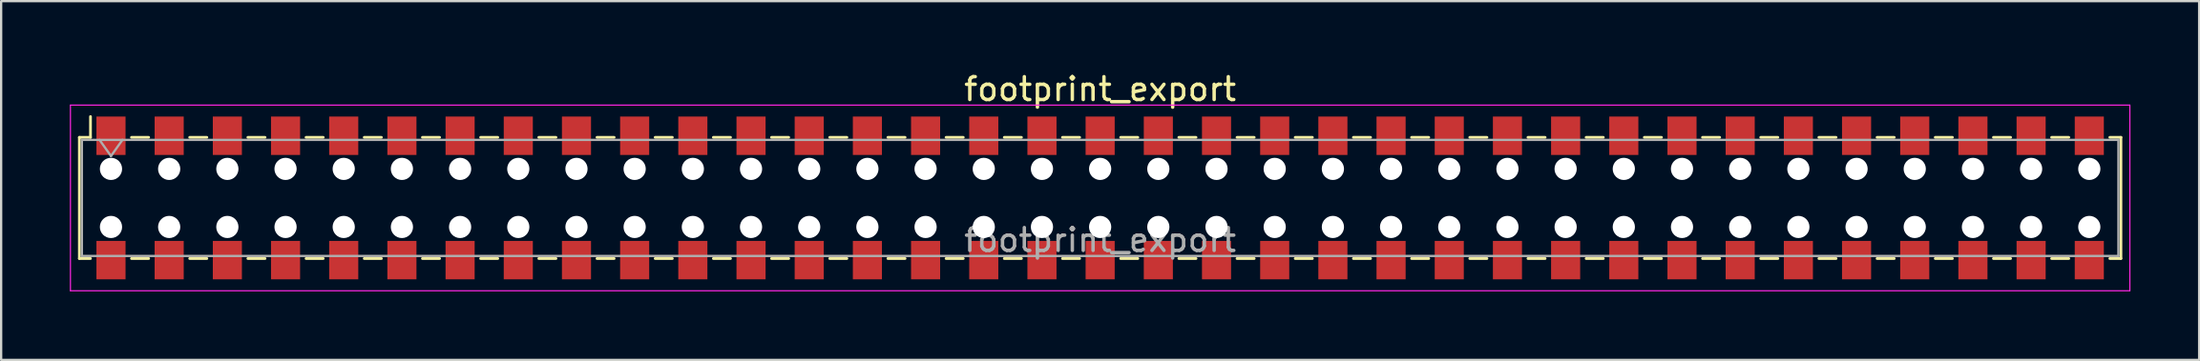
<source format=kicad_pcb>
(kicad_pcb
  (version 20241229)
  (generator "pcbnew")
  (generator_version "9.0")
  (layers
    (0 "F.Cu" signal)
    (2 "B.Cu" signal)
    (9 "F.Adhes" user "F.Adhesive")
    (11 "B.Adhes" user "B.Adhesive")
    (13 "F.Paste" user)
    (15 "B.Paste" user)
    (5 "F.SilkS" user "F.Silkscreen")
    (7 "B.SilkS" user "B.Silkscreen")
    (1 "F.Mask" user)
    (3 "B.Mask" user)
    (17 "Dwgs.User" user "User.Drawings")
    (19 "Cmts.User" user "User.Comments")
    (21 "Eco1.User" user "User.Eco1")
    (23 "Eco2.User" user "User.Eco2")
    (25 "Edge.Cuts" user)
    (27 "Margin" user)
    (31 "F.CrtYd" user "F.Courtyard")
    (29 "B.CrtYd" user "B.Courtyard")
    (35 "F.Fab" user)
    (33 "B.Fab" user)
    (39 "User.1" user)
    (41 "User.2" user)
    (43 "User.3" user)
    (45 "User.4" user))
  (footprint "footprint_export"
    (layer "F.Cu")
    (at 44.975 5.608)
    (property "Reference" "footprint_export" (at 0 -4.76 0) (layer "F.SilkS") (effects (font (size 1 1) (thickness 0.15))))
    (attr smd)
    (fp_line (start -44.56 -2.65) (end -44.56 2.65) (stroke (width 0.12) (type solid)) (layer "F.SilkS"))
    (fp_line (start -44.56 2.65) (end -44.075 2.65) (stroke (width 0.12) (type solid)) (layer "F.SilkS"))
    (fp_line (start -44.075 -3.56) (end -44.075 -2.65) (stroke (width 0.12) (type solid)) (layer "F.SilkS"))
    (fp_line (start -44.075 -2.65) (end -44.56 -2.65) (stroke (width 0.12) (type solid)) (layer "F.SilkS"))
    (fp_line (start -42.285 -2.65) (end -41.535 -2.65) (stroke (width 0.12) (type solid)) (layer "F.SilkS"))
    (fp_line (start -42.285 2.65) (end -41.535 2.65) (stroke (width 0.12) (type solid)) (layer "F.SilkS"))
    (fp_line (start -39.745 -2.65) (end -38.995 -2.65) (stroke (width 0.12) (type solid)) (layer "F.SilkS"))
    (fp_line (start -39.745 2.65) (end -38.995 2.65) (stroke (width 0.12) (type solid)) (layer "F.SilkS"))
    (fp_line (start -37.205 -2.65) (end -36.455 -2.65) (stroke (width 0.12) (type solid)) (layer "F.SilkS"))
    (fp_line (start -37.205 2.65) (end -36.455 2.65) (stroke (width 0.12) (type solid)) (layer "F.SilkS"))
    (fp_line (start -34.665 -2.65) (end -33.915 -2.65) (stroke (width 0.12) (type solid)) (layer "F.SilkS"))
    (fp_line (start -34.665 2.65) (end -33.915 2.65) (stroke (width 0.12) (type solid)) (layer "F.SilkS"))
    (fp_line (start -32.125 -2.65) (end -31.375 -2.65) (stroke (width 0.12) (type solid)) (layer "F.SilkS"))
    (fp_line (start -32.125 2.65) (end -31.375 2.65) (stroke (width 0.12) (type solid)) (layer "F.SilkS"))
    (fp_line (start -29.585 -2.65) (end -28.835 -2.65) (stroke (width 0.12) (type solid)) (layer "F.SilkS"))
    (fp_line (start -29.585 2.65) (end -28.835 2.65) (stroke (width 0.12) (type solid)) (layer "F.SilkS"))
    (fp_line (start -27.045 -2.65) (end -26.295 -2.65) (stroke (width 0.12) (type solid)) (layer "F.SilkS"))
    (fp_line (start -27.045 2.65) (end -26.295 2.65) (stroke (width 0.12) (type solid)) (layer "F.SilkS"))
    (fp_line (start -24.505 -2.65) (end -23.755 -2.65) (stroke (width 0.12) (type solid)) (layer "F.SilkS"))
    (fp_line (start -24.505 2.65) (end -23.755 2.65) (stroke (width 0.12) (type solid)) (layer "F.SilkS"))
    (fp_line (start -21.965 -2.65) (end -21.215 -2.65) (stroke (width 0.12) (type solid)) (layer "F.SilkS"))
    (fp_line (start -21.965 2.65) (end -21.215 2.65) (stroke (width 0.12) (type solid)) (layer "F.SilkS"))
    (fp_line (start -19.425 -2.65) (end -18.675 -2.65) (stroke (width 0.12) (type solid)) (layer "F.SilkS"))
    (fp_line (start -19.425 2.65) (end -18.675 2.65) (stroke (width 0.12) (type solid)) (layer "F.SilkS"))
    (fp_line (start -16.885 -2.65) (end -16.135 -2.65) (stroke (width 0.12) (type solid)) (layer "F.SilkS"))
    (fp_line (start -16.885 2.65) (end -16.135 2.65) (stroke (width 0.12) (type solid)) (layer "F.SilkS"))
    (fp_line (start -14.345 -2.65) (end -13.595 -2.65) (stroke (width 0.12) (type solid)) (layer "F.SilkS"))
    (fp_line (start -14.345 2.65) (end -13.595 2.65) (stroke (width 0.12) (type solid)) (layer "F.SilkS"))
    (fp_line (start -11.805 -2.65) (end -11.055 -2.65) (stroke (width 0.12) (type solid)) (layer "F.SilkS"))
    (fp_line (start -11.805 2.65) (end -11.055 2.65) (stroke (width 0.12) (type solid)) (layer "F.SilkS"))
    (fp_line (start -9.265 -2.65) (end -8.515 -2.65) (stroke (width 0.12) (type solid)) (layer "F.SilkS"))
    (fp_line (start -9.265 2.65) (end -8.515 2.65) (stroke (width 0.12) (type solid)) (layer "F.SilkS"))
    (fp_line (start -6.725 -2.65) (end -5.975 -2.65) (stroke (width 0.12) (type solid)) (layer "F.SilkS"))
    (fp_line (start -6.725 2.65) (end -5.975 2.65) (stroke (width 0.12) (type solid)) (layer "F.SilkS"))
    (fp_line (start -4.185 -2.65) (end -3.435 -2.65) (stroke (width 0.12) (type solid)) (layer "F.SilkS"))
    (fp_line (start -4.185 2.65) (end -3.435 2.65) (stroke (width 0.12) (type solid)) (layer "F.SilkS"))
    (fp_line (start -1.645 -2.65) (end -0.895 -2.65) (stroke (width 0.12) (type solid)) (layer "F.SilkS"))
    (fp_line (start -1.645 2.65) (end -0.895 2.65) (stroke (width 0.12) (type solid)) (layer "F.SilkS"))
    (fp_line (start 0.895 -2.65) (end 1.645 -2.65) (stroke (width 0.12) (type solid)) (layer "F.SilkS"))
    (fp_line (start 0.895 2.65) (end 1.645 2.65) (stroke (width 0.12) (type solid)) (layer "F.SilkS"))
    (fp_line (start 3.435 -2.65) (end 4.185 -2.65) (stroke (width 0.12) (type solid)) (layer "F.SilkS"))
    (fp_line (start 3.435 2.65) (end 4.185 2.65) (stroke (width 0.12) (type solid)) (layer "F.SilkS"))
    (fp_line (start 5.975 -2.65) (end 6.725 -2.65) (stroke (width 0.12) (type solid)) (layer "F.SilkS"))
    (fp_line (start 5.975 2.65) (end 6.725 2.65) (stroke (width 0.12) (type solid)) (layer "F.SilkS"))
    (fp_line (start 8.515 -2.65) (end 9.265 -2.65) (stroke (width 0.12) (type solid)) (layer "F.SilkS"))
    (fp_line (start 8.515 2.65) (end 9.265 2.65) (stroke (width 0.12) (type solid)) (layer "F.SilkS"))
    (fp_line (start 11.055 -2.65) (end 11.805 -2.65) (stroke (width 0.12) (type solid)) (layer "F.SilkS"))
    (fp_line (start 11.055 2.65) (end 11.805 2.65) (stroke (width 0.12) (type solid)) (layer "F.SilkS"))
    (fp_line (start 13.595 -2.65) (end 14.345 -2.65) (stroke (width 0.12) (type solid)) (layer "F.SilkS"))
    (fp_line (start 13.595 2.65) (end 14.345 2.65) (stroke (width 0.12) (type solid)) (layer "F.SilkS"))
    (fp_line (start 16.135 -2.65) (end 16.885 -2.65) (stroke (width 0.12) (type solid)) (layer "F.SilkS"))
    (fp_line (start 16.135 2.65) (end 16.885 2.65) (stroke (width 0.12) (type solid)) (layer "F.SilkS"))
    (fp_line (start 18.675 -2.65) (end 19.425 -2.65) (stroke (width 0.12) (type solid)) (layer "F.SilkS"))
    (fp_line (start 18.675 2.65) (end 19.425 2.65) (stroke (width 0.12) (type solid)) (layer "F.SilkS"))
    (fp_line (start 21.215 -2.65) (end 21.965 -2.65) (stroke (width 0.12) (type solid)) (layer "F.SilkS"))
    (fp_line (start 21.215 2.65) (end 21.965 2.65) (stroke (width 0.12) (type solid)) (layer "F.SilkS"))
    (fp_line (start 23.755 -2.65) (end 24.505 -2.65) (stroke (width 0.12) (type solid)) (layer "F.SilkS"))
    (fp_line (start 23.755 2.65) (end 24.505 2.65) (stroke (width 0.12) (type solid)) (layer "F.SilkS"))
    (fp_line (start 26.295 -2.65) (end 27.045 -2.65) (stroke (width 0.12) (type solid)) (layer "F.SilkS"))
    (fp_line (start 26.295 2.65) (end 27.045 2.65) (stroke (width 0.12) (type solid)) (layer "F.SilkS"))
    (fp_line (start 28.835 -2.65) (end 29.585 -2.65) (stroke (width 0.12) (type solid)) (layer "F.SilkS"))
    (fp_line (start 28.835 2.65) (end 29.585 2.65) (stroke (width 0.12) (type solid)) (layer "F.SilkS"))
    (fp_line (start 31.375 -2.65) (end 32.125 -2.65) (stroke (width 0.12) (type solid)) (layer "F.SilkS"))
    (fp_line (start 31.375 2.65) (end 32.125 2.65) (stroke (width 0.12) (type solid)) (layer "F.SilkS"))
    (fp_line (start 33.915 -2.65) (end 34.665 -2.65) (stroke (width 0.12) (type solid)) (layer "F.SilkS"))
    (fp_line (start 33.915 2.65) (end 34.665 2.65) (stroke (width 0.12) (type solid)) (layer "F.SilkS"))
    (fp_line (start 36.455 -2.65) (end 37.205 -2.65) (stroke (width 0.12) (type solid)) (layer "F.SilkS"))
    (fp_line (start 36.455 2.65) (end 37.205 2.65) (stroke (width 0.12) (type solid)) (layer "F.SilkS"))
    (fp_line (start 38.995 -2.65) (end 39.745 -2.65) (stroke (width 0.12) (type solid)) (layer "F.SilkS"))
    (fp_line (start 38.995 2.65) (end 39.745 2.65) (stroke (width 0.12) (type solid)) (layer "F.SilkS"))
    (fp_line (start 41.535 -2.65) (end 42.285 -2.65) (stroke (width 0.12) (type solid)) (layer "F.SilkS"))
    (fp_line (start 41.535 2.65) (end 42.285 2.65) (stroke (width 0.12) (type solid)) (layer "F.SilkS"))
    (fp_line (start 44.075 -2.65) (end 44.56 -2.65) (stroke (width 0.12) (type solid)) (layer "F.SilkS"))
    (fp_line (start 44.56 -2.65) (end 44.56 2.65) (stroke (width 0.12) (type solid)) (layer "F.SilkS"))
    (fp_line (start 44.56 2.65) (end 44.075 2.65) (stroke (width 0.12) (type solid)) (layer "F.SilkS"))
    (fp_line (start -44.95 -4.06) (end 44.95 -4.06) (stroke (width 0.05) (type solid)) (layer "F.CrtYd"))
    (fp_line (start -44.95 4.06) (end -44.95 -4.06) (stroke (width 0.05) (type solid)) (layer "F.CrtYd"))
    (fp_line (start 44.95 -4.06) (end 44.95 4.06) (stroke (width 0.05) (type solid)) (layer "F.CrtYd"))
    (fp_line (start 44.95 4.06) (end -44.95 4.06) (stroke (width 0.05) (type solid)) (layer "F.CrtYd"))
    (fp_line (start -44.45 -2.54) (end 44.45 -2.54) (stroke (width 0.1) (type solid)) (layer "F.Fab"))
    (fp_line (start -44.45 2.54) (end -44.45 -2.54) (stroke (width 0.1) (type solid)) (layer "F.Fab"))
    (fp_line (start -43.68 -2.54) (end -43.18 -1.833) (stroke (width 0.1) (type solid)) (layer "F.Fab"))
    (fp_line (start -43.18 -1.833) (end -42.68 -2.54) (stroke (width 0.1) (type solid)) (layer "F.Fab"))
    (fp_line (start 44.45 -2.54) (end 44.45 2.54) (stroke (width 0.1) (type solid)) (layer "F.Fab"))
    (fp_line (start 44.45 2.54) (end -44.45 2.54) (stroke (width 0.1) (type solid)) (layer "F.Fab"))
    (fp_text user "${REFERENCE}" (at 0 1.84 0) (layer "F.Fab") (effects (font (size 1 1) (thickness 0.15))))
    (pad "" np_thru_hole circle (at -43.18 -1.27) (size 0.97 0.97) (drill 0.97) (layers "*.Cu" "*.Mask"))
    (pad "" np_thru_hole circle (at -43.18 1.27) (size 0.97 0.97) (drill 0.97) (layers "*.Cu" "*.Mask"))
    (pad "" np_thru_hole circle (at -40.64 -1.27) (size 0.97 0.97) (drill 0.97) (layers "*.Cu" "*.Mask"))
    (pad "" np_thru_hole circle (at -40.64 1.27) (size 0.97 0.97) (drill 0.97) (layers "*.Cu" "*.Mask"))
    (pad "" np_thru_hole circle (at -38.1 -1.27) (size 0.97 0.97) (drill 0.97) (layers "*.Cu" "*.Mask"))
    (pad "" np_thru_hole circle (at -38.1 1.27) (size 0.97 0.97) (drill 0.97) (layers "*.Cu" "*.Mask"))
    (pad "" np_thru_hole circle (at -35.56 -1.27) (size 0.97 0.97) (drill 0.97) (layers "*.Cu" "*.Mask"))
    (pad "" np_thru_hole circle (at -35.56 1.27) (size 0.97 0.97) (drill 0.97) (layers "*.Cu" "*.Mask"))
    (pad "" np_thru_hole circle (at -33.02 -1.27) (size 0.97 0.97) (drill 0.97) (layers "*.Cu" "*.Mask"))
    (pad "" np_thru_hole circle (at -33.02 1.27) (size 0.97 0.97) (drill 0.97) (layers "*.Cu" "*.Mask"))
    (pad "" np_thru_hole circle (at -30.48 -1.27) (size 0.97 0.97) (drill 0.97) (layers "*.Cu" "*.Mask"))
    (pad "" np_thru_hole circle (at -30.48 1.27) (size 0.97 0.97) (drill 0.97) (layers "*.Cu" "*.Mask"))
    (pad "" np_thru_hole circle (at -27.94 -1.27) (size 0.97 0.97) (drill 0.97) (layers "*.Cu" "*.Mask"))
    (pad "" np_thru_hole circle (at -27.94 1.27) (size 0.97 0.97) (drill 0.97) (layers "*.Cu" "*.Mask"))
    (pad "" np_thru_hole circle (at -25.4 -1.27) (size 0.97 0.97) (drill 0.97) (layers "*.Cu" "*.Mask"))
    (pad "" np_thru_hole circle (at -25.4 1.27) (size 0.97 0.97) (drill 0.97) (layers "*.Cu" "*.Mask"))
    (pad "" np_thru_hole circle (at -22.86 -1.27) (size 0.97 0.97) (drill 0.97) (layers "*.Cu" "*.Mask"))
    (pad "" np_thru_hole circle (at -22.86 1.27) (size 0.97 0.97) (drill 0.97) (layers "*.Cu" "*.Mask"))
    (pad "" np_thru_hole circle (at -20.32 -1.27) (size 0.97 0.97) (drill 0.97) (layers "*.Cu" "*.Mask"))
    (pad "" np_thru_hole circle (at -20.32 1.27) (size 0.97 0.97) (drill 0.97) (layers "*.Cu" "*.Mask"))
    (pad "" np_thru_hole circle (at -17.78 -1.27) (size 0.97 0.97) (drill 0.97) (layers "*.Cu" "*.Mask"))
    (pad "" np_thru_hole circle (at -17.78 1.27) (size 0.97 0.97) (drill 0.97) (layers "*.Cu" "*.Mask"))
    (pad "" np_thru_hole circle (at -15.24 -1.27) (size 0.97 0.97) (drill 0.97) (layers "*.Cu" "*.Mask"))
    (pad "" np_thru_hole circle (at -15.24 1.27) (size 0.97 0.97) (drill 0.97) (layers "*.Cu" "*.Mask"))
    (pad "" np_thru_hole circle (at -12.7 -1.27) (size 0.97 0.97) (drill 0.97) (layers "*.Cu" "*.Mask"))
    (pad "" np_thru_hole circle (at -12.7 1.27) (size 0.97 0.97) (drill 0.97) (layers "*.Cu" "*.Mask"))
    (pad "" np_thru_hole circle (at -10.16 -1.27) (size 0.97 0.97) (drill 0.97) (layers "*.Cu" "*.Mask"))
    (pad "" np_thru_hole circle (at -10.16 1.27) (size 0.97 0.97) (drill 0.97) (layers "*.Cu" "*.Mask"))
    (pad "" np_thru_hole circle (at -7.62 -1.27) (size 0.97 0.97) (drill 0.97) (layers "*.Cu" "*.Mask"))
    (pad "" np_thru_hole circle (at -7.62 1.27) (size 0.97 0.97) (drill 0.97) (layers "*.Cu" "*.Mask"))
    (pad "" np_thru_hole circle (at -5.08 -1.27) (size 0.97 0.97) (drill 0.97) (layers "*.Cu" "*.Mask"))
    (pad "" np_thru_hole circle (at -5.08 1.27) (size 0.97 0.97) (drill 0.97) (layers "*.Cu" "*.Mask"))
    (pad "" np_thru_hole circle (at -2.54 -1.27) (size 0.97 0.97) (drill 0.97) (layers "*.Cu" "*.Mask"))
    (pad "" np_thru_hole circle (at -2.54 1.27) (size 0.97 0.97) (drill 0.97) (layers "*.Cu" "*.Mask"))
    (pad "" np_thru_hole circle (at 0 -1.27) (size 0.97 0.97) (drill 0.97) (layers "*.Cu" "*.Mask"))
    (pad "" np_thru_hole circle (at 0 1.27) (size 0.97 0.97) (drill 0.97) (layers "*.Cu" "*.Mask"))
    (pad "" np_thru_hole circle (at 2.54 -1.27) (size 0.97 0.97) (drill 0.97) (layers "*.Cu" "*.Mask"))
    (pad "" np_thru_hole circle (at 2.54 1.27) (size 0.97 0.97) (drill 0.97) (layers "*.Cu" "*.Mask"))
    (pad "" np_thru_hole circle (at 5.08 -1.27) (size 0.97 0.97) (drill 0.97) (layers "*.Cu" "*.Mask"))
    (pad "" np_thru_hole circle (at 5.08 1.27) (size 0.97 0.97) (drill 0.97) (layers "*.Cu" "*.Mask"))
    (pad "" np_thru_hole circle (at 7.62 -1.27) (size 0.97 0.97) (drill 0.97) (layers "*.Cu" "*.Mask"))
    (pad "" np_thru_hole circle (at 7.62 1.27) (size 0.97 0.97) (drill 0.97) (layers "*.Cu" "*.Mask"))
    (pad "" np_thru_hole circle (at 10.16 -1.27) (size 0.97 0.97) (drill 0.97) (layers "*.Cu" "*.Mask"))
    (pad "" np_thru_hole circle (at 10.16 1.27) (size 0.97 0.97) (drill 0.97) (layers "*.Cu" "*.Mask"))
    (pad "" np_thru_hole circle (at 12.7 -1.27) (size 0.97 0.97) (drill 0.97) (layers "*.Cu" "*.Mask"))
    (pad "" np_thru_hole circle (at 12.7 1.27) (size 0.97 0.97) (drill 0.97) (layers "*.Cu" "*.Mask"))
    (pad "" np_thru_hole circle (at 15.24 -1.27) (size 0.97 0.97) (drill 0.97) (layers "*.Cu" "*.Mask"))
    (pad "" np_thru_hole circle (at 15.24 1.27) (size 0.97 0.97) (drill 0.97) (layers "*.Cu" "*.Mask"))
    (pad "" np_thru_hole circle (at 17.78 -1.27) (size 0.97 0.97) (drill 0.97) (layers "*.Cu" "*.Mask"))
    (pad "" np_thru_hole circle (at 17.78 1.27) (size 0.97 0.97) (drill 0.97) (layers "*.Cu" "*.Mask"))
    (pad "" np_thru_hole circle (at 20.32 -1.27) (size 0.97 0.97) (drill 0.97) (layers "*.Cu" "*.Mask"))
    (pad "" np_thru_hole circle (at 20.32 1.27) (size 0.97 0.97) (drill 0.97) (layers "*.Cu" "*.Mask"))
    (pad "" np_thru_hole circle (at 22.86 -1.27) (size 0.97 0.97) (drill 0.97) (layers "*.Cu" "*.Mask"))
    (pad "" np_thru_hole circle (at 22.86 1.27) (size 0.97 0.97) (drill 0.97) (layers "*.Cu" "*.Mask"))
    (pad "" np_thru_hole circle (at 25.4 -1.27) (size 0.97 0.97) (drill 0.97) (layers "*.Cu" "*.Mask"))
    (pad "" np_thru_hole circle (at 25.4 1.27) (size 0.97 0.97) (drill 0.97) (layers "*.Cu" "*.Mask"))
    (pad "" np_thru_hole circle (at 27.94 -1.27) (size 0.97 0.97) (drill 0.97) (layers "*.Cu" "*.Mask"))
    (pad "" np_thru_hole circle (at 27.94 1.27) (size 0.97 0.97) (drill 0.97) (layers "*.Cu" "*.Mask"))
    (pad "" np_thru_hole circle (at 30.48 -1.27) (size 0.97 0.97) (drill 0.97) (layers "*.Cu" "*.Mask"))
    (pad "" np_thru_hole circle (at 30.48 1.27) (size 0.97 0.97) (drill 0.97) (layers "*.Cu" "*.Mask"))
    (pad "" np_thru_hole circle (at 33.02 -1.27) (size 0.97 0.97) (drill 0.97) (layers "*.Cu" "*.Mask"))
    (pad "" np_thru_hole circle (at 33.02 1.27) (size 0.97 0.97) (drill 0.97) (layers "*.Cu" "*.Mask"))
    (pad "" np_thru_hole circle (at 35.56 -1.27) (size 0.97 0.97) (drill 0.97) (layers "*.Cu" "*.Mask"))
    (pad "" np_thru_hole circle (at 35.56 1.27) (size 0.97 0.97) (drill 0.97) (layers "*.Cu" "*.Mask"))
    (pad "" np_thru_hole circle (at 38.1 -1.27) (size 0.97 0.97) (drill 0.97) (layers "*.Cu" "*.Mask"))
    (pad "" np_thru_hole circle (at 38.1 1.27) (size 0.97 0.97) (drill 0.97) (layers "*.Cu" "*.Mask"))
    (pad "" np_thru_hole circle (at 40.64 -1.27) (size 0.97 0.97) (drill 0.97) (layers "*.Cu" "*.Mask"))
    (pad "" np_thru_hole circle (at 40.64 1.27) (size 0.97 0.97) (drill 0.97) (layers "*.Cu" "*.Mask"))
    (pad "" np_thru_hole circle (at 43.18 -1.27) (size 0.97 0.97) (drill 0.97) (layers "*.Cu" "*.Mask"))
    (pad "" np_thru_hole circle (at 43.18 1.27) (size 0.97 0.97) (drill 0.97) (layers "*.Cu" "*.Mask"))
    (pad "1" smd rect (at -43.18 -2.72) (size 1.27 1.68) (layers "F.Cu" "F.Mask" "F.Paste"))
    (pad "2" smd rect (at -43.18 2.72) (size 1.27 1.68) (layers "F.Cu" "F.Mask" "F.Paste"))
    (pad "3" smd rect (at -40.64 -2.72) (size 1.27 1.68) (layers "F.Cu" "F.Mask" "F.Paste"))
    (pad "4" smd rect (at -40.64 2.72) (size 1.27 1.68) (layers "F.Cu" "F.Mask" "F.Paste"))
    (pad "5" smd rect (at -38.1 -2.72) (size 1.27 1.68) (layers "F.Cu" "F.Mask" "F.Paste"))
    (pad "6" smd rect (at -38.1 2.72) (size 1.27 1.68) (layers "F.Cu" "F.Mask" "F.Paste"))
    (pad "7" smd rect (at -35.56 -2.72) (size 1.27 1.68) (layers "F.Cu" "F.Mask" "F.Paste"))
    (pad "8" smd rect (at -35.56 2.72) (size 1.27 1.68) (layers "F.Cu" "F.Mask" "F.Paste"))
    (pad "9" smd rect (at -33.02 -2.72) (size 1.27 1.68) (layers "F.Cu" "F.Mask" "F.Paste"))
    (pad "10" smd rect (at -33.02 2.72) (size 1.27 1.68) (layers "F.Cu" "F.Mask" "F.Paste"))
    (pad "11" smd rect (at -30.48 -2.72) (size 1.27 1.68) (layers "F.Cu" "F.Mask" "F.Paste"))
    (pad "12" smd rect (at -30.48 2.72) (size 1.27 1.68) (layers "F.Cu" "F.Mask" "F.Paste"))
    (pad "13" smd rect (at -27.94 -2.72) (size 1.27 1.68) (layers "F.Cu" "F.Mask" "F.Paste"))
    (pad "14" smd rect (at -27.94 2.72) (size 1.27 1.68) (layers "F.Cu" "F.Mask" "F.Paste"))
    (pad "15" smd rect (at -25.4 -2.72) (size 1.27 1.68) (layers "F.Cu" "F.Mask" "F.Paste"))
    (pad "16" smd rect (at -25.4 2.72) (size 1.27 1.68) (layers "F.Cu" "F.Mask" "F.Paste"))
    (pad "17" smd rect (at -22.86 -2.72) (size 1.27 1.68) (layers "F.Cu" "F.Mask" "F.Paste"))
    (pad "18" smd rect (at -22.86 2.72) (size 1.27 1.68) (layers "F.Cu" "F.Mask" "F.Paste"))
    (pad "19" smd rect (at -20.32 -2.72) (size 1.27 1.68) (layers "F.Cu" "F.Mask" "F.Paste"))
    (pad "20" smd rect (at -20.32 2.72) (size 1.27 1.68) (layers "F.Cu" "F.Mask" "F.Paste"))
    (pad "21" smd rect (at -17.78 -2.72) (size 1.27 1.68) (layers "F.Cu" "F.Mask" "F.Paste"))
    (pad "22" smd rect (at -17.78 2.72) (size 1.27 1.68) (layers "F.Cu" "F.Mask" "F.Paste"))
    (pad "23" smd rect (at -15.24 -2.72) (size 1.27 1.68) (layers "F.Cu" "F.Mask" "F.Paste"))
    (pad "24" smd rect (at -15.24 2.72) (size 1.27 1.68) (layers "F.Cu" "F.Mask" "F.Paste"))
    (pad "25" smd rect (at -12.7 -2.72) (size 1.27 1.68) (layers "F.Cu" "F.Mask" "F.Paste"))
    (pad "26" smd rect (at -12.7 2.72) (size 1.27 1.68) (layers "F.Cu" "F.Mask" "F.Paste"))
    (pad "27" smd rect (at -10.16 -2.72) (size 1.27 1.68) (layers "F.Cu" "F.Mask" "F.Paste"))
    (pad "28" smd rect (at -10.16 2.72) (size 1.27 1.68) (layers "F.Cu" "F.Mask" "F.Paste"))
    (pad "29" smd rect (at -7.62 -2.72) (size 1.27 1.68) (layers "F.Cu" "F.Mask" "F.Paste"))
    (pad "30" smd rect (at -7.62 2.72) (size 1.27 1.68) (layers "F.Cu" "F.Mask" "F.Paste"))
    (pad "31" smd rect (at -5.08 -2.72) (size 1.27 1.68) (layers "F.Cu" "F.Mask" "F.Paste"))
    (pad "32" smd rect (at -5.08 2.72) (size 1.27 1.68) (layers "F.Cu" "F.Mask" "F.Paste"))
    (pad "33" smd rect (at -2.54 -2.72) (size 1.27 1.68) (layers "F.Cu" "F.Mask" "F.Paste"))
    (pad "34" smd rect (at -2.54 2.72) (size 1.27 1.68) (layers "F.Cu" "F.Mask" "F.Paste"))
    (pad "35" smd rect (at 0 -2.72) (size 1.27 1.68) (layers "F.Cu" "F.Mask" "F.Paste"))
    (pad "36" smd rect (at 0 2.72) (size 1.27 1.68) (layers "F.Cu" "F.Mask" "F.Paste"))
    (pad "37" smd rect (at 2.54 -2.72) (size 1.27 1.68) (layers "F.Cu" "F.Mask" "F.Paste"))
    (pad "38" smd rect (at 2.54 2.72) (size 1.27 1.68) (layers "F.Cu" "F.Mask" "F.Paste"))
    (pad "39" smd rect (at 5.08 -2.72) (size 1.27 1.68) (layers "F.Cu" "F.Mask" "F.Paste"))
    (pad "40" smd rect (at 5.08 2.72) (size 1.27 1.68) (layers "F.Cu" "F.Mask" "F.Paste"))
    (pad "41" smd rect (at 7.62 -2.72) (size 1.27 1.68) (layers "F.Cu" "F.Mask" "F.Paste"))
    (pad "42" smd rect (at 7.62 2.72) (size 1.27 1.68) (layers "F.Cu" "F.Mask" "F.Paste"))
    (pad "43" smd rect (at 10.16 -2.72) (size 1.27 1.68) (layers "F.Cu" "F.Mask" "F.Paste"))
    (pad "44" smd rect (at 10.16 2.72) (size 1.27 1.68) (layers "F.Cu" "F.Mask" "F.Paste"))
    (pad "45" smd rect (at 12.7 -2.72) (size 1.27 1.68) (layers "F.Cu" "F.Mask" "F.Paste"))
    (pad "46" smd rect (at 12.7 2.72) (size 1.27 1.68) (layers "F.Cu" "F.Mask" "F.Paste"))
    (pad "47" smd rect (at 15.24 -2.72) (size 1.27 1.68) (layers "F.Cu" "F.Mask" "F.Paste"))
    (pad "48" smd rect (at 15.24 2.72) (size 1.27 1.68) (layers "F.Cu" "F.Mask" "F.Paste"))
    (pad "49" smd rect (at 17.78 -2.72) (size 1.27 1.68) (layers "F.Cu" "F.Mask" "F.Paste"))
    (pad "50" smd rect (at 17.78 2.72) (size 1.27 1.68) (layers "F.Cu" "F.Mask" "F.Paste"))
    (pad "51" smd rect (at 20.32 -2.72) (size 1.27 1.68) (layers "F.Cu" "F.Mask" "F.Paste"))
    (pad "52" smd rect (at 20.32 2.72) (size 1.27 1.68) (layers "F.Cu" "F.Mask" "F.Paste"))
    (pad "53" smd rect (at 22.86 -2.72) (size 1.27 1.68) (layers "F.Cu" "F.Mask" "F.Paste"))
    (pad "54" smd rect (at 22.86 2.72) (size 1.27 1.68) (layers "F.Cu" "F.Mask" "F.Paste"))
    (pad "55" smd rect (at 25.4 -2.72) (size 1.27 1.68) (layers "F.Cu" "F.Mask" "F.Paste"))
    (pad "56" smd rect (at 25.4 2.72) (size 1.27 1.68) (layers "F.Cu" "F.Mask" "F.Paste"))
    (pad "57" smd rect (at 27.94 -2.72) (size 1.27 1.68) (layers "F.Cu" "F.Mask" "F.Paste"))
    (pad "58" smd rect (at 27.94 2.72) (size 1.27 1.68) (layers "F.Cu" "F.Mask" "F.Paste"))
    (pad "59" smd rect (at 30.48 -2.72) (size 1.27 1.68) (layers "F.Cu" "F.Mask" "F.Paste"))
    (pad "60" smd rect (at 30.48 2.72) (size 1.27 1.68) (layers "F.Cu" "F.Mask" "F.Paste"))
    (pad "61" smd rect (at 33.02 -2.72) (size 1.27 1.68) (layers "F.Cu" "F.Mask" "F.Paste"))
    (pad "62" smd rect (at 33.02 2.72) (size 1.27 1.68) (layers "F.Cu" "F.Mask" "F.Paste"))
    (pad "63" smd rect (at 35.56 -2.72) (size 1.27 1.68) (layers "F.Cu" "F.Mask" "F.Paste"))
    (pad "64" smd rect (at 35.56 2.72) (size 1.27 1.68) (layers "F.Cu" "F.Mask" "F.Paste"))
    (pad "65" smd rect (at 38.1 -2.72) (size 1.27 1.68) (layers "F.Cu" "F.Mask" "F.Paste"))
    (pad "66" smd rect (at 38.1 2.72) (size 1.27 1.68) (layers "F.Cu" "F.Mask" "F.Paste"))
    (pad "67" smd rect (at 40.64 -2.72) (size 1.27 1.68) (layers "F.Cu" "F.Mask" "F.Paste"))
    (pad "68" smd rect (at 40.64 2.72) (size 1.27 1.68) (layers "F.Cu" "F.Mask" "F.Paste"))
    (pad "69" smd rect (at 43.18 -2.72) (size 1.27 1.68) (layers "F.Cu" "F.Mask" "F.Paste"))
    (pad "70" smd rect (at 43.18 2.72) (size 1.27 1.68) (layers "F.Cu" "F.Mask" "F.Paste")))
  (gr_rect
    (start -3 -3)
    (end 92.95 12.693)
    (stroke (width 0.1) (type default))
    (fill no)
    (layer "Edge.Cuts")))
</source>
